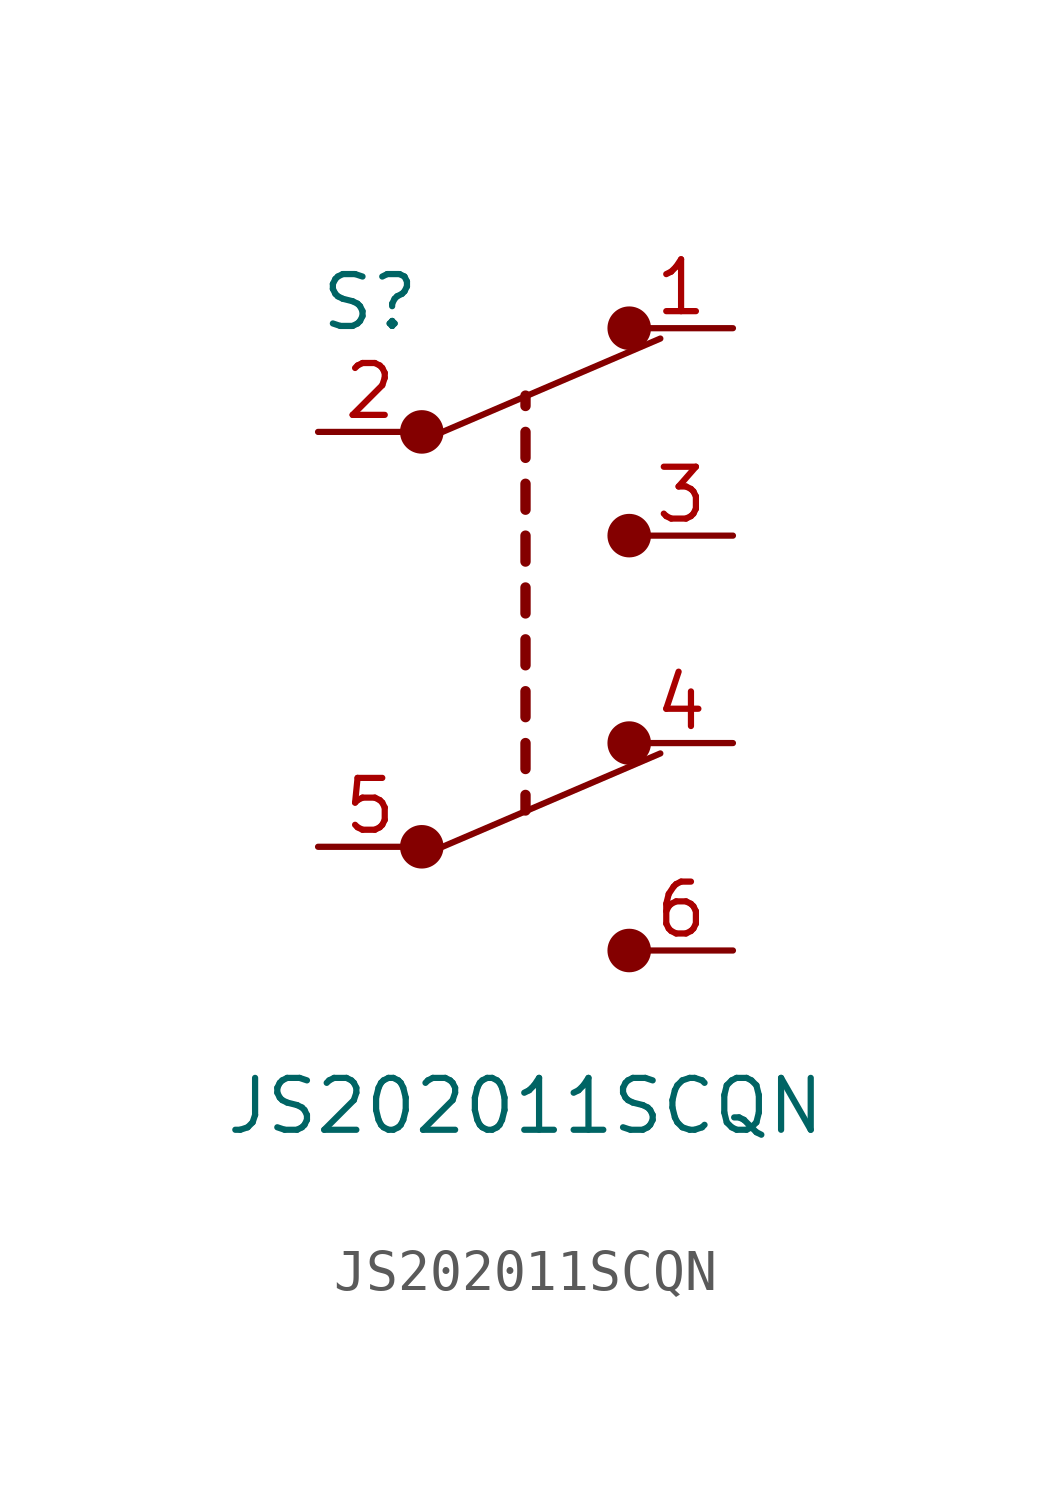
<source format=kicad_sym>
(kicad_symbol_lib
  (version 20231120)
  (generator "kicad_symbol_editor")
  (generator_version "8.0")
  (symbol "JS202011SCQN"
    (pin_names
      (offset 0))
    (property "Reference" "S"
      (at -3.81 8.255 0)
      (effects (font (size 1.27 1.27))))
    (property "Value" "JS202011SCQN"
      (at 0 -11.43 0)
      (effects (font (size 1.27 1.27))))
    (symbol "JS202011SCQN_0_1"
      (circle (center -2.54 -5.08) (radius 0.457) (stroke (width 0) (type default)) (fill (type outline)))
      (circle (center -2.54 5.08) (radius 0.457) (stroke (width 0) (type default)) (fill (type outline)))
      (polyline (pts (xy -2.032 -5.08) (xy 3.302 -2.794)) (stroke (width 0) (type default)) (fill (type none)))
      (polyline (pts (xy -2.032 5.08) (xy 3.302 7.366)) (stroke (width 0) (type default)) (fill (type none)))
      (polyline (pts (xy 0 -3.81) (xy 0 -4.191)) (stroke (width 0.254) (type default)) (fill (type none)))
      (polyline (pts (xy 0 -2.54) (xy 0 -3.175)) (stroke (width 0.254) (type default)) (fill (type none)))
      (polyline (pts (xy 0 -1.27) (xy 0 -1.905)) (stroke (width 0.254) (type default)) (fill (type none)))
      (polyline (pts (xy 0 0) (xy 0 -0.635)) (stroke (width 0.254) (type default)) (fill (type none)))
      (polyline (pts (xy 0 1.27) (xy 0 0.635)) (stroke (width 0.254) (type default)) (fill (type none)))
      (polyline (pts (xy 0 2.54) (xy 0 1.905)) (stroke (width 0.254) (type default)) (fill (type none)))
      (polyline (pts (xy 0 3.81) (xy 0 3.175)) (stroke (width 0.254) (type default)) (fill (type none)))
      (polyline (pts (xy 0 5.08) (xy 0 4.445)) (stroke (width 0.254) (type default)) (fill (type none)))
      (polyline (pts (xy 0 5.969) (xy 0 5.715)) (stroke (width 0.254) (type default)) (fill (type none)))
      (circle (center 2.54 -7.62) (radius 0.457) (stroke (width 0) (type default)) (fill (type outline)))
      (circle (center 2.54 -2.54) (radius 0.457) (stroke (width 0) (type default)) (fill (type outline)))
      (circle (center 2.54 2.54) (radius 0.457) (stroke (width 0) (type default)) (fill (type outline)))
      (circle (center 2.54 7.62) (radius 0.457) (stroke (width 0) (type default)) (fill (type outline))))
    (symbol "JS202011SCQN_1_1"
      (pin passive line (at 5.08 7.62 180) (length 2.54) (name "~" (effects (font (size 1.27 1.27)))) (number "1" (effects (font (size 1.27 1.27)))))
      (pin passive line (at -5.08 5.08 0) (length 2.54) (name "~" (effects (font (size 1.27 1.27)))) (number "2" (effects (font (size 1.27 1.27)))))
      (pin passive line (at 5.08 2.54 180) (length 2.54) (name "~" (effects (font (size 1.27 1.27)))) (number "3" (effects (font (size 1.27 1.27)))))
      (pin passive line (at 5.08 -2.54 180) (length 2.54) (name "~" (effects (font (size 1.27 1.27)))) (number "4" (effects (font (size 1.27 1.27)))))
      (pin passive line (at -5.08 -5.08 0) (length 2.54) (name "~" (effects (font (size 1.27 1.27)))) (number "5" (effects (font (size 1.27 1.27)))))
      (pin passive line (at 5.08 -7.62 180) (length 2.54) (name "~" (effects (font (size 1.27 1.27)))) (number "6" (effects (font (size 1.27 1.27))))))))
</source>
